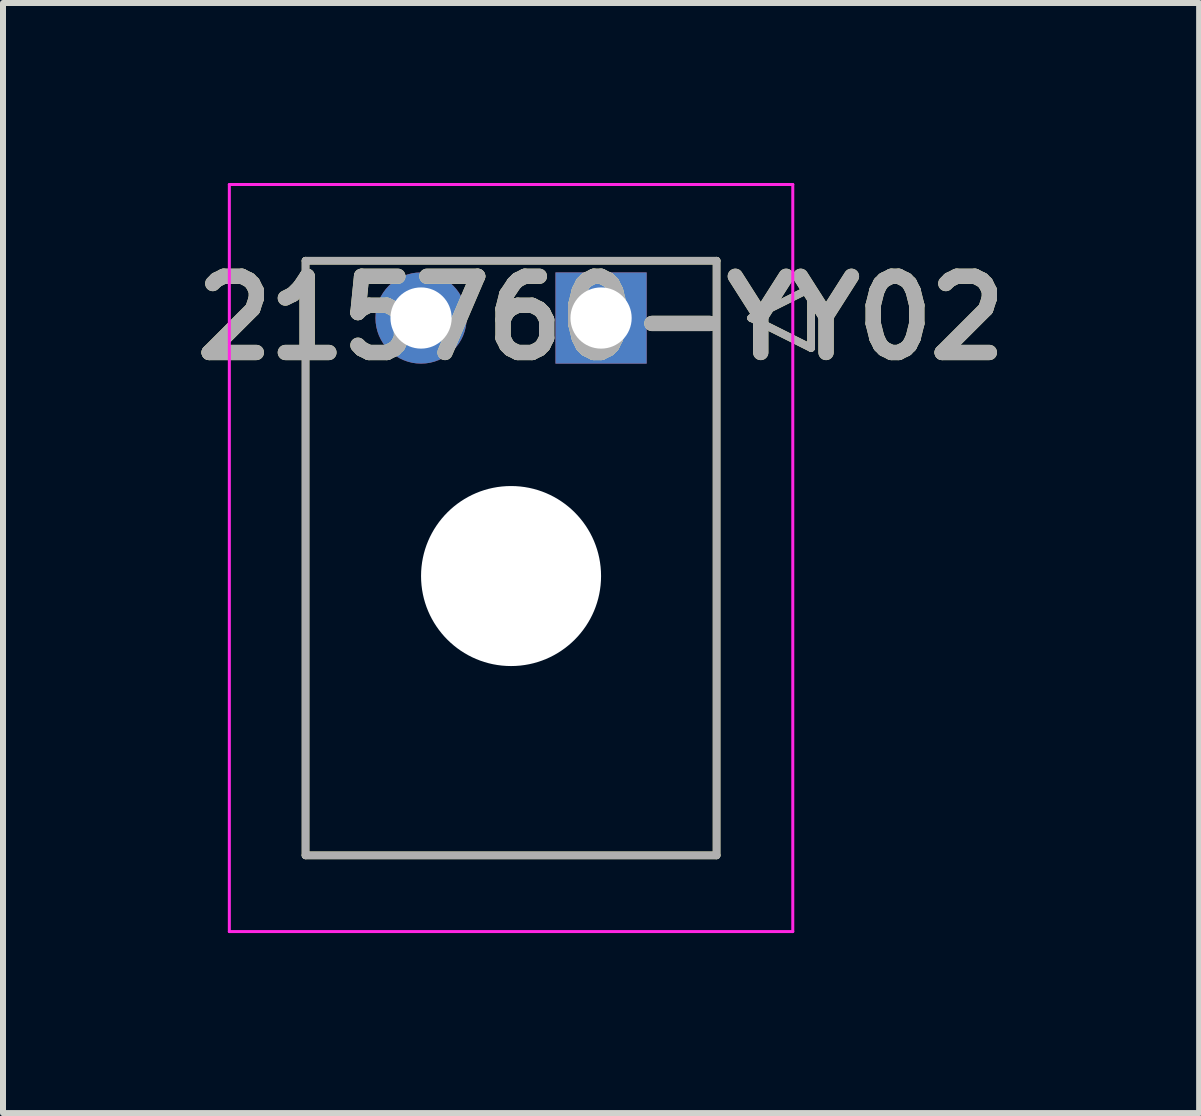
<source format=kicad_pcb>
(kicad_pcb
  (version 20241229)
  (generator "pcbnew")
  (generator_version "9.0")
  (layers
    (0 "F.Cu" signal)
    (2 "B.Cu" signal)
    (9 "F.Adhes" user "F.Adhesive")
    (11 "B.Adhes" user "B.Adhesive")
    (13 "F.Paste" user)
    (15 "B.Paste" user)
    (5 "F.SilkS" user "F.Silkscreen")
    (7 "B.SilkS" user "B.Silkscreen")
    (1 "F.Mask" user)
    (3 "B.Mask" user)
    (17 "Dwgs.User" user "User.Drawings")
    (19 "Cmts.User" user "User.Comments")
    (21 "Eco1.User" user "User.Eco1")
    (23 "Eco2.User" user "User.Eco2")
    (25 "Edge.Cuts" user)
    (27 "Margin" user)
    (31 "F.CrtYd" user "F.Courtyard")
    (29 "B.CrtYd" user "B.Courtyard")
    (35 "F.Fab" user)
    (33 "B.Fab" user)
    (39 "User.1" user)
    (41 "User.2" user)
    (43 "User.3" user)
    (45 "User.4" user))
  (footprint "215760-YY02"
    (layer "F.Cu")
    (at 6.967 2.25)
    (property "Reference" "215760-YY02" (at 0 0 0) (layer "F.SilkS") (effects (font (size 1.27 1.27) (thickness 0.254))))
    (attr through_hole)
    (fp_line (start -4.925 -0.955) (end 1.925 -0.955) (stroke (width 0.127) (type solid)) (layer "F.SilkS"))
    (fp_line (start -4.925 8.955) (end -4.925 -0.955) (stroke (width 0.127) (type solid)) (layer "F.SilkS"))
    (fp_line (start 1.925 -0.955) (end 1.925 8.955) (stroke (width 0.127) (type solid)) (layer "F.SilkS"))
    (fp_line (start 1.925 8.955) (end -4.925 8.955) (stroke (width 0.127) (type solid)) (layer "F.SilkS"))
    (fp_line (start 2.5 0) (end 3.5 -0.5) (stroke (width 0.127) (type solid)) (layer "F.SilkS"))
    (fp_line (start 3.5 -0.5) (end 3.5 0.5) (stroke (width 0.127) (type solid)) (layer "F.SilkS"))
    (fp_line (start 3.5 0.5) (end 2.5 0) (stroke (width 0.127) (type solid)) (layer "F.SilkS"))
    (fp_line (start -6.195 -2.225) (end 3.195 -2.225) (stroke (width 0.05) (type solid)) (layer "F.CrtYd"))
    (fp_line (start -6.195 10.225) (end -6.195 -2.225) (stroke (width 0.05) (type solid)) (layer "F.CrtYd"))
    (fp_line (start 3.195 -2.225) (end 3.195 10.225) (stroke (width 0.05) (type solid)) (layer "F.CrtYd"))
    (fp_line (start 3.195 10.225) (end -6.195 10.225) (stroke (width 0.05) (type solid)) (layer "F.CrtYd"))
    (fp_line (start -4.925 -0.955) (end 1.925 -0.955) (stroke (width 0.127) (type solid)) (layer "F.Fab"))
    (fp_line (start -4.925 8.955) (end -4.925 -0.955) (stroke (width 0.127) (type solid)) (layer "F.Fab"))
    (fp_line (start 1.925 -0.955) (end 1.925 8.955) (stroke (width 0.127) (type solid)) (layer "F.Fab"))
    (fp_line (start 1.925 8.955) (end -4.925 8.955) (stroke (width 0.127) (type solid)) (layer "F.Fab"))
    (fp_line (start 2.5 0) (end 3.5 -0.5) (stroke (width 0.127) (type solid)) (layer "F.Fab"))
    (fp_line (start 3.5 -0.5) (end 3.5 0.5) (stroke (width 0.127) (type solid)) (layer "F.Fab"))
    (fp_line (start 3.5 0.5) (end 2.5 0) (stroke (width 0.127) (type solid)) (layer "F.Fab"))
    (fp_text user "${REFERENCE}" (at 0 0 0) (layer "F.Fab") (effects (font (size 1.27 1.27) (thickness 0.254))))
    (pad "" np_thru_hole circle (at -1.5 4.3) (size 3 3) (drill 3) (layers "*.Cu" "*.Mask"))
    (pad "1" thru_hole rect (at 0 0) (size 1.52 1.52) (drill 1.02) (layers "*.Cu" "*.Mask"))
    (pad "2" thru_hole circle (at -3 0) (size 1.52 1.52) (drill 1.02) (layers "*.Cu" "*.Mask")))
  (gr_rect
    (start -3 -3)
    (end 16.934 15.5)
    (stroke (width 0.1) (type default))
    (fill no)
    (layer "Edge.Cuts")))
</source>
